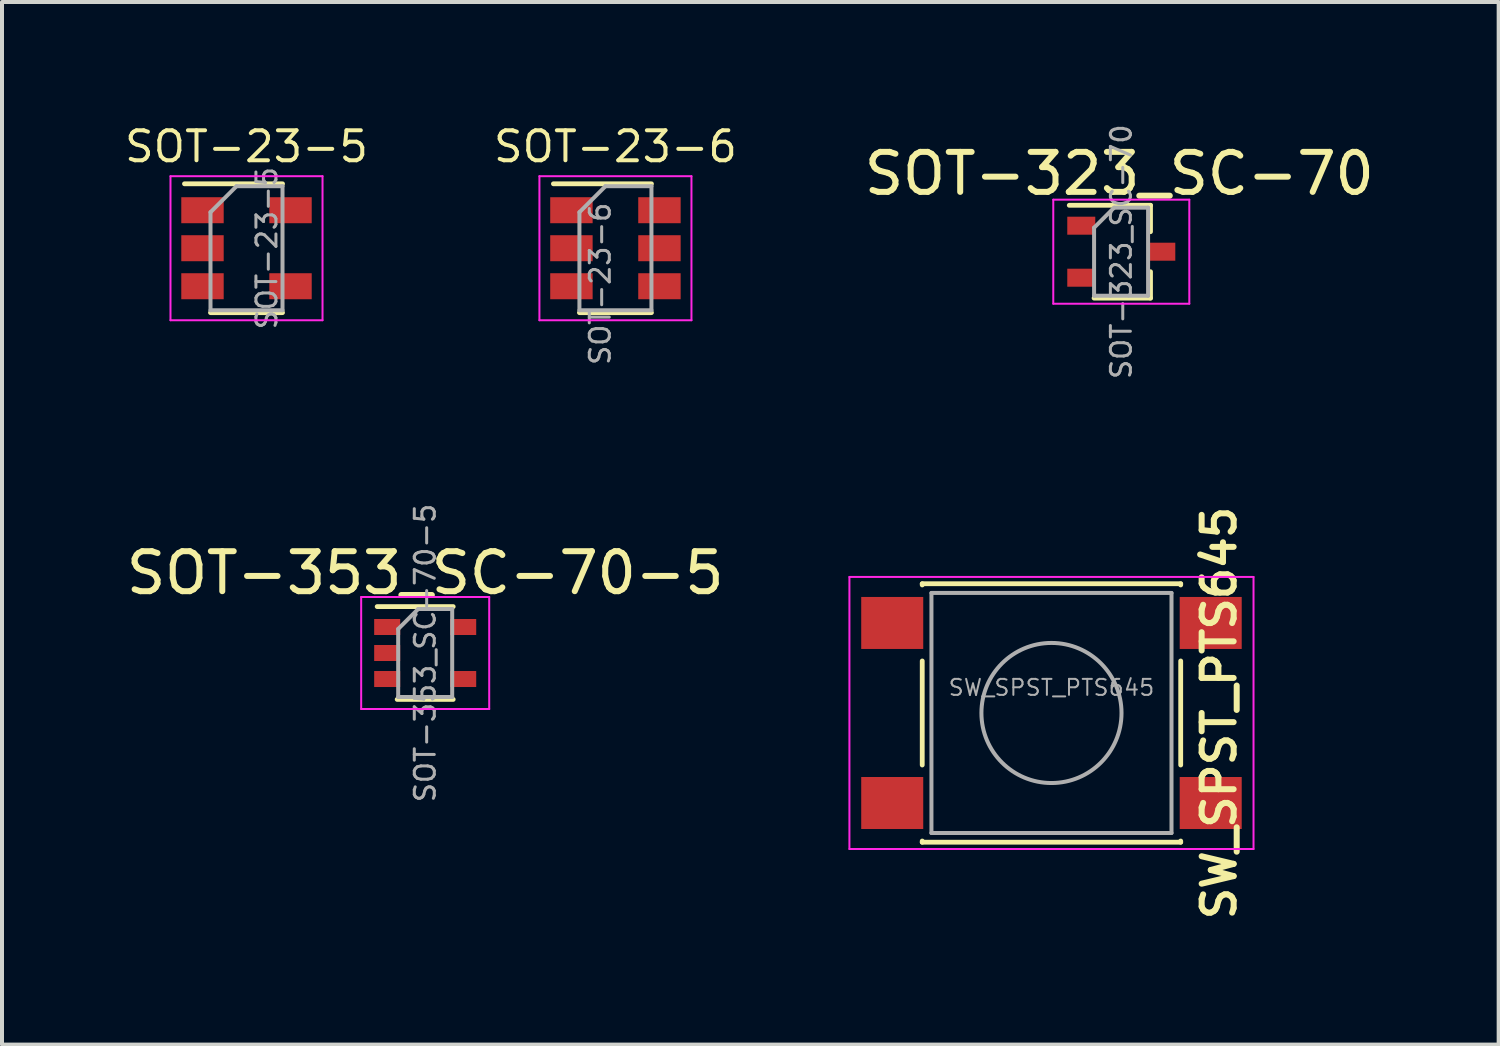
<source format=kicad_pcb>
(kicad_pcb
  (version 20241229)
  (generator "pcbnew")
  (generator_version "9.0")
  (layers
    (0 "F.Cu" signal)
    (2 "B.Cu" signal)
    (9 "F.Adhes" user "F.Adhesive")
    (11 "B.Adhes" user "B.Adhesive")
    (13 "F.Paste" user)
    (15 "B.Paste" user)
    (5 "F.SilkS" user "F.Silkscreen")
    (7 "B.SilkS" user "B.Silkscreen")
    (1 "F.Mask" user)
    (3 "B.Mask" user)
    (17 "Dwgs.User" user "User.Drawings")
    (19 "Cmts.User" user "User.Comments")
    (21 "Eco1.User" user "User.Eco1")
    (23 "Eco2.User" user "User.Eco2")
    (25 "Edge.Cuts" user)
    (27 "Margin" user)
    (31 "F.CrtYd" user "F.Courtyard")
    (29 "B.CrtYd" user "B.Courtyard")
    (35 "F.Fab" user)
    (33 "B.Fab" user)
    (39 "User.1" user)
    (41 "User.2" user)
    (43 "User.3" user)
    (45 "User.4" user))
  (footprint "SOT-323_SC-70"
    (layer "F.Cu")
    (at 24.975 3.241)
    (property "Reference" "SOT-323_SC-70" (at -0.05 -1.95 0) (layer "F.SilkS") (effects (font (size 1 1) (thickness 0.15))))
    (attr smd)
    (fp_line (start -0.68 1.16) (end 0.73 1.16) (stroke (width 0.12) (type solid)) (layer "F.SilkS"))
    (fp_line (start 0.73 -1.16) (end -1.3 -1.16) (stroke (width 0.12) (type solid)) (layer "F.SilkS"))
    (fp_line (start 0.73 -1.16) (end 0.73 -0.5) (stroke (width 0.12) (type solid)) (layer "F.SilkS"))
    (fp_line (start 0.73 0.5) (end 0.73 1.16) (stroke (width 0.12) (type solid)) (layer "F.SilkS"))
    (fp_line (start -1.7 -1.3) (end 1.7 -1.3) (stroke (width 0.05) (type solid)) (layer "F.CrtYd"))
    (fp_line (start -1.7 1.3) (end -1.7 -1.3) (stroke (width 0.05) (type solid)) (layer "F.CrtYd"))
    (fp_line (start 1.7 -1.3) (end 1.7 1.3) (stroke (width 0.05) (type solid)) (layer "F.CrtYd"))
    (fp_line (start 1.7 1.3) (end -1.7 1.3) (stroke (width 0.05) (type solid)) (layer "F.CrtYd"))
    (fp_line (start -0.68 -0.6) (end -0.68 1.1) (stroke (width 0.1) (type solid)) (layer "F.Fab"))
    (fp_line (start -0.18 -1.1) (end -0.68 -0.6) (stroke (width 0.1) (type solid)) (layer "F.Fab"))
    (fp_line (start 0.67 -1.1) (end -0.18 -1.1) (stroke (width 0.1) (type solid)) (layer "F.Fab"))
    (fp_line (start 0.67 -1.1) (end 0.67 1.1) (stroke (width 0.1) (type solid)) (layer "F.Fab"))
    (fp_line (start 0.67 1.1) (end -0.68 1.1) (stroke (width 0.1) (type solid)) (layer "F.Fab"))
    (fp_text user "${REFERENCE}" (at 0 0 90) (layer "F.Fab") (effects (font (size 0.5 0.5) (thickness 0.075))))
    (pad "1" smd rect (at -1 -0.65 270) (size 0.45 0.7) (layers "F.Cu" "F.Mask" "F.Paste"))
    (pad "2" smd rect (at -1 0.65 270) (size 0.45 0.7) (layers "F.Cu" "F.Mask" "F.Paste"))
    (pad "3" smd rect (at 1 0 270) (size 0.45 0.7) (layers "F.Cu" "F.Mask" "F.Paste")))
  (footprint "SOT-23-5"
    (layer "F.Cu")
    (at 3.111 3.154)
    (property "Reference" "SOT-23-5" (at 0 -2.54 180) (layer "F.SilkS") (effects (font (size 0.75 0.75) (thickness 0.1))))
    (attr smd)
    (fp_line (start -0.9 1.61) (end 0.9 1.61) (stroke (width 0.12) (type solid)) (layer "F.SilkS"))
    (fp_line (start 0.9 -1.61) (end -1.55 -1.61) (stroke (width 0.12) (type solid)) (layer "F.SilkS"))
    (fp_line (start -1.9 -1.8) (end 1.9 -1.8) (stroke (width 0.05) (type solid)) (layer "F.CrtYd"))
    (fp_line (start -1.9 1.8) (end -1.9 -1.8) (stroke (width 0.05) (type solid)) (layer "F.CrtYd"))
    (fp_line (start 1.9 -1.8) (end 1.9 1.8) (stroke (width 0.05) (type solid)) (layer "F.CrtYd"))
    (fp_line (start 1.9 1.8) (end -1.9 1.8) (stroke (width 0.05) (type solid)) (layer "F.CrtYd"))
    (fp_line (start -0.9 -0.9) (end -0.9 1.55) (stroke (width 0.1) (type solid)) (layer "F.Fab"))
    (fp_line (start -0.9 -0.9) (end -0.25 -1.55) (stroke (width 0.1) (type solid)) (layer "F.Fab"))
    (fp_line (start 0.9 -1.55) (end -0.25 -1.55) (stroke (width 0.1) (type solid)) (layer "F.Fab"))
    (fp_line (start 0.9 -1.55) (end 0.9 1.55) (stroke (width 0.1) (type solid)) (layer "F.Fab"))
    (fp_line (start 0.9 1.55) (end -0.9 1.55) (stroke (width 0.1) (type solid)) (layer "F.Fab"))
    (fp_text user "${REFERENCE}" (at 0.508 0 90) (layer "F.Fab") (effects (font (size 0.5 0.5) (thickness 0.075))))
    (pad "1" smd rect (at -1.1 -0.95) (size 1.06 0.65) (layers "F.Cu" "F.Mask" "F.Paste"))
    (pad "2" smd rect (at -1.1 0) (size 1.06 0.65) (layers "F.Cu" "F.Mask" "F.Paste"))
    (pad "3" smd rect (at -1.1 0.95) (size 1.06 0.65) (layers "F.Cu" "F.Mask" "F.Paste"))
    (pad "4" smd rect (at 1.1 0.95) (size 1.06 0.65) (layers "F.Cu" "F.Mask" "F.Paste"))
    (pad "5" smd rect (at 1.1 -0.95) (size 1.06 0.65) (layers "F.Cu" "F.Mask" "F.Paste")))
  (footprint "SW_SPST_PTS645"
    (layer "F.Cu")
    (at 23.23 14.77)
    (property "Reference" "SW_SPST_PTS645" (at 4.191 0 90) (layer "F.SilkS") (effects (font (size 0.8 0.8) (thickness 0.15))))
    (attr smd)
    (fp_line (start -3.23 -3.23) (end 3.23 -3.23) (stroke (width 0.12) (type solid)) (layer "F.SilkS"))
    (fp_line (start -3.23 -3.2) (end -3.23 -3.23) (stroke (width 0.12) (type solid)) (layer "F.SilkS"))
    (fp_line (start -3.23 -1.3) (end -3.23 1.3) (stroke (width 0.12) (type solid)) (layer "F.SilkS"))
    (fp_line (start -3.23 3.23) (end -3.23 3.2) (stroke (width 0.12) (type solid)) (layer "F.SilkS"))
    (fp_line (start -3.23 3.23) (end 3.23 3.23) (stroke (width 0.12) (type solid)) (layer "F.SilkS"))
    (fp_line (start 3.23 -3.23) (end 3.23 -3.2) (stroke (width 0.12) (type solid)) (layer "F.SilkS"))
    (fp_line (start 3.23 -1.3) (end 3.23 1.3) (stroke (width 0.12) (type solid)) (layer "F.SilkS"))
    (fp_line (start 3.23 3.23) (end 3.23 3.2) (stroke (width 0.12) (type solid)) (layer "F.SilkS"))
    (fp_line (start -5.05 -3.4) (end -5.05 3.4) (stroke (width 0.05) (type solid)) (layer "F.CrtYd"))
    (fp_line (start -5.05 -3.4) (end 5.05 -3.4) (stroke (width 0.05) (type solid)) (layer "F.CrtYd"))
    (fp_line (start -5.05 3.4) (end 5.05 3.4) (stroke (width 0.05) (type solid)) (layer "F.CrtYd"))
    (fp_line (start 5.05 3.4) (end 5.05 -3.4) (stroke (width 0.05) (type solid)) (layer "F.CrtYd"))
    (fp_line (start -3 -3) (end -3 3) (stroke (width 0.1) (type solid)) (layer "F.Fab"))
    (fp_line (start -3 3) (end 3 3) (stroke (width 0.1) (type solid)) (layer "F.Fab"))
    (fp_line (start 3 -3) (end -3 -3) (stroke (width 0.1) (type solid)) (layer "F.Fab"))
    (fp_line (start 3 3) (end 3 -3) (stroke (width 0.1) (type solid)) (layer "F.Fab"))
    (fp_circle (center 0 0) (end 1.75 -0.05) (stroke (width 0.1) (type solid)) (fill no) (layer "F.Fab"))
    (fp_text user "${REFERENCE}" (at 0 -0.635 0) (layer "F.Fab") (effects (font (size 0.4 0.4) (thickness 0.05))))
    (pad "1" smd rect (at -3.98 -2.25) (size 1.55 1.3) (layers "F.Cu" "F.Mask" "F.Paste"))
    (pad "1" smd rect (at 3.98 -2.25) (size 1.55 1.3) (layers "F.Cu" "F.Mask" "F.Paste"))
    (pad "2" smd rect (at -3.98 2.25) (size 1.55 1.3) (layers "F.Cu" "F.Mask" "F.Paste"))
    (pad "2" smd rect (at 3.98 2.25) (size 1.55 1.3) (layers "F.Cu" "F.Mask" "F.Paste")))
  (footprint "SOT-23-6"
    (layer "F.Cu")
    (at 12.332 3.154)
    (property "Reference" "SOT-23-6" (at 0 -2.54 180) (layer "F.SilkS") (effects (font (size 0.75 0.75) (thickness 0.1))))
    (attr smd)
    (fp_line (start -0.9 1.61) (end 0.9 1.61) (stroke (width 0.12) (type solid)) (layer "F.SilkS"))
    (fp_line (start 0.9 -1.61) (end -1.55 -1.61) (stroke (width 0.12) (type solid)) (layer "F.SilkS"))
    (fp_line (start -1.9 -1.8) (end -1.9 1.8) (stroke (width 0.05) (type solid)) (layer "F.CrtYd"))
    (fp_line (start -1.9 1.8) (end 1.9 1.8) (stroke (width 0.05) (type solid)) (layer "F.CrtYd"))
    (fp_line (start 1.9 -1.8) (end -1.9 -1.8) (stroke (width 0.05) (type solid)) (layer "F.CrtYd"))
    (fp_line (start 1.9 1.8) (end 1.9 -1.8) (stroke (width 0.05) (type solid)) (layer "F.CrtYd"))
    (fp_line (start -0.9 -0.9) (end -0.9 1.55) (stroke (width 0.1) (type solid)) (layer "F.Fab"))
    (fp_line (start -0.9 -0.9) (end -0.25 -1.55) (stroke (width 0.1) (type solid)) (layer "F.Fab"))
    (fp_line (start 0.9 -1.55) (end -0.25 -1.55) (stroke (width 0.1) (type solid)) (layer "F.Fab"))
    (fp_line (start 0.9 -1.55) (end 0.9 1.55) (stroke (width 0.1) (type solid)) (layer "F.Fab"))
    (fp_line (start 0.9 1.55) (end -0.9 1.55) (stroke (width 0.1) (type solid)) (layer "F.Fab"))
    (fp_text user "${REFERENCE}" (at -0.381 0.889 90) (layer "F.Fab") (effects (font (size 0.5 0.5) (thickness 0.075))))
    (pad "1" smd rect (at -1.1 -0.95) (size 1.06 0.65) (layers "F.Cu" "F.Mask" "F.Paste"))
    (pad "2" smd rect (at -1.1 0) (size 1.06 0.65) (layers "F.Cu" "F.Mask" "F.Paste"))
    (pad "3" smd rect (at -1.1 0.95) (size 1.06 0.65) (layers "F.Cu" "F.Mask" "F.Paste"))
    (pad "4" smd rect (at 1.1 0.95) (size 1.06 0.65) (layers "F.Cu" "F.Mask" "F.Paste"))
    (pad "5" smd rect (at 1.1 0) (size 1.06 0.65) (layers "F.Cu" "F.Mask" "F.Paste"))
    (pad "6" smd rect (at 1.1 -0.95) (size 1.06 0.65) (layers "F.Cu" "F.Mask" "F.Paste")))
  (footprint "SOT-353_SC-70-5"
    (layer "F.Cu")
    (at 7.577 13.271)
    (property "Reference" "SOT-353_SC-70-5" (at 0 -2 0) (layer "F.SilkS") (effects (font (size 1 1) (thickness 0.15))))
    (attr smd)
    (fp_line (start -0.7 1.16) (end 0.7 1.16) (stroke (width 0.12) (type solid)) (layer "F.SilkS"))
    (fp_line (start 0.7 -1.16) (end -1.2 -1.16) (stroke (width 0.12) (type solid)) (layer "F.SilkS"))
    (fp_line (start -1.6 -1.4) (end -1.6 1.4) (stroke (width 0.05) (type solid)) (layer "F.CrtYd"))
    (fp_line (start -1.6 -1.4) (end 1.6 -1.4) (stroke (width 0.05) (type solid)) (layer "F.CrtYd"))
    (fp_line (start -1.6 1.4) (end 1.6 1.4) (stroke (width 0.05) (type solid)) (layer "F.CrtYd"))
    (fp_line (start 1.6 1.4) (end 1.6 -1.4) (stroke (width 0.05) (type solid)) (layer "F.CrtYd"))
    (fp_line (start -0.675 -0.6) (end -0.675 1.1) (stroke (width 0.1) (type solid)) (layer "F.Fab"))
    (fp_line (start -0.175 -1.1) (end -0.675 -0.6) (stroke (width 0.1) (type solid)) (layer "F.Fab"))
    (fp_line (start 0.675 -1.1) (end -0.175 -1.1) (stroke (width 0.1) (type solid)) (layer "F.Fab"))
    (fp_line (start 0.675 -1.1) (end 0.675 1.1) (stroke (width 0.1) (type solid)) (layer "F.Fab"))
    (fp_line (start 0.675 1.1) (end -0.675 1.1) (stroke (width 0.1) (type solid)) (layer "F.Fab"))
    (fp_text user "${REFERENCE}" (at 0 0 90) (layer "F.Fab") (effects (font (size 0.5 0.5) (thickness 0.075))))
    (pad "1" smd rect (at -0.95 -0.65) (size 0.65 0.4) (layers "F.Cu" "F.Mask" "F.Paste"))
    (pad "2" smd rect (at -0.95 0) (size 0.65 0.4) (layers "F.Cu" "F.Mask" "F.Paste"))
    (pad "3" smd rect (at -0.95 0.65) (size 0.65 0.4) (layers "F.Cu" "F.Mask" "F.Paste"))
    (pad "4" smd rect (at 0.95 0.65) (size 0.65 0.4) (layers "F.Cu" "F.Mask" "F.Paste"))
    (pad "5" smd rect (at 0.95 -0.65) (size 0.65 0.4) (layers "F.Cu" "F.Mask" "F.Paste")))
  (gr_rect
    (start -3 -3)
    (end 34.407 23.058)
    (stroke (width 0.1) (type default))
    (fill no)
    (layer "Edge.Cuts")))
</source>
